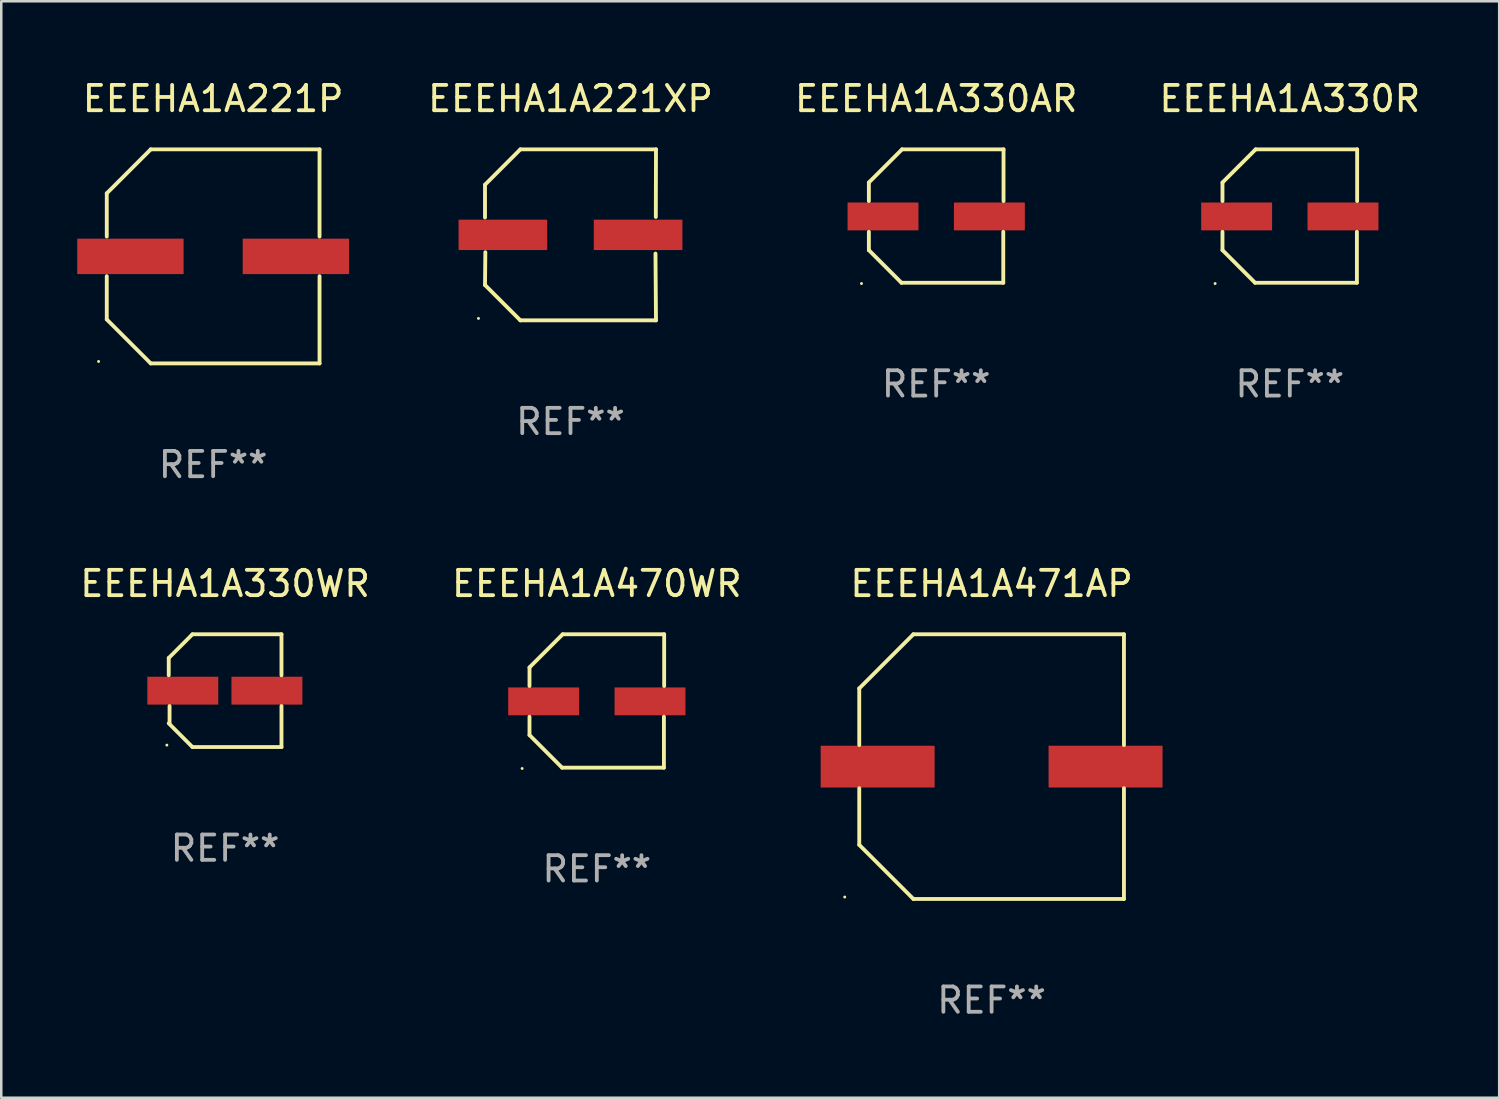
<source format=kicad_pcb>
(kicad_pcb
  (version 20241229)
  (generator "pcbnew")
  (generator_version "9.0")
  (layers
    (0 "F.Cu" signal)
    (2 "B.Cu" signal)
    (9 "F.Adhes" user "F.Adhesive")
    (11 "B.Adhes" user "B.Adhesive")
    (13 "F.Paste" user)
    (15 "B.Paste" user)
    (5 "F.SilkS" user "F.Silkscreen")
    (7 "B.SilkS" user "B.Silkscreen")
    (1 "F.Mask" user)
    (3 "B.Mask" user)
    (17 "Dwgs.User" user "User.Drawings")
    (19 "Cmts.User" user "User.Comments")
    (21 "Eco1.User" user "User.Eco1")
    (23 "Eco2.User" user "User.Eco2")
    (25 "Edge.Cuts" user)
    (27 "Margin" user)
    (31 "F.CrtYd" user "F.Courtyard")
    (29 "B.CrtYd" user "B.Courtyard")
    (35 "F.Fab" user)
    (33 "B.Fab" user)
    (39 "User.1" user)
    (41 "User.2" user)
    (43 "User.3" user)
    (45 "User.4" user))
  (footprint "EEEHA1A221P"
    (layer "F.Cu")
    (at 5.367 7.074)
    (property "Reference" "EEEHA1A221P" (at 0 -6.226 0) (layer "F.SilkS") (effects (font (size 1 1) (thickness 0.15))))
    (attr through_hole)
    (fp_line (start -4.201 -2.49) (end -4.201 -0.782) (stroke (width 0.152) (type solid)) (layer "F.SilkS"))
    (fp_line (start -4.201 2.49) (end -4.201 0.782) (stroke (width 0.152) (type solid)) (layer "F.SilkS"))
    (fp_line (start -2.465 -4.226) (end -4.201 -2.49) (stroke (width 0.152) (type solid)) (layer "F.SilkS"))
    (fp_line (start -2.465 4.226) (end -4.201 2.49) (stroke (width 0.152) (type solid)) (layer "F.SilkS"))
    (fp_line (start 4.201 -4.226) (end -2.465 -4.226) (stroke (width 0.152) (type solid)) (layer "F.SilkS"))
    (fp_line (start 4.201 -0.782) (end 4.201 -4.226) (stroke (width 0.152) (type solid)) (layer "F.SilkS"))
    (fp_line (start 4.201 0.782) (end 4.201 4.226) (stroke (width 0.152) (type solid)) (layer "F.SilkS"))
    (fp_line (start 4.201 4.226) (end -2.465 4.226) (stroke (width 0.152) (type solid)) (layer "F.SilkS"))
    (fp_circle (center -4.524 4.15) (end -4.494 4.15) (stroke (width 0.06) (type solid)) (fill no) (layer "F.SilkS"))
    (fp_text user "REF**" (at 0 8.226 0) (layer "F.Fab") (effects (font (size 1 1) (thickness 0.15))))
    (pad "1" smd rect (at -3.267 0) (size 4.2 1.4) (layers "F.Cu" "F.Mask" "F.Paste"))
    (pad "2" smd rect (at 3.267 0) (size 4.2 1.4) (layers "F.Cu" "F.Mask" "F.Paste")))
  (footprint "EEEHA1A330R"
    (layer "F.Cu")
    (at 47.883 5.482)
    (property "Reference" "EEEHA1A330R" (at 0 -4.634 0) (layer "F.SilkS") (effects (font (size 1 1) (thickness 0.15))))
    (attr through_hole)
    (fp_line (start -2.659 -1.326) (end -2.659 -0.592) (stroke (width 0.152) (type solid)) (layer "F.SilkS"))
    (fp_line (start -2.659 1.346) (end -2.659 0.622) (stroke (width 0.152) (type solid)) (layer "F.SilkS"))
    (fp_line (start -1.372 2.634) (end -2.659 1.346) (stroke (width 0.152) (type solid)) (layer "F.SilkS"))
    (fp_line (start -1.349 -2.634) (end -2.659 -1.326) (stroke (width 0.152) (type solid)) (layer "F.SilkS"))
    (fp_line (start 2.649 0.622) (end 2.649 2.634) (stroke (width 0.152) (type solid)) (layer "F.SilkS"))
    (fp_line (start 2.649 2.634) (end -1.372 2.634) (stroke (width 0.152) (type solid)) (layer "F.SilkS"))
    (fp_line (start 2.659 -2.634) (end -1.349 -2.634) (stroke (width 0.152) (type solid)) (layer "F.SilkS"))
    (fp_line (start 2.659 -0.592) (end 2.659 -2.634) (stroke (width 0.152) (type solid)) (layer "F.SilkS"))
    (fp_circle (center -2.95 2.665) (end -2.92 2.665) (stroke (width 0.06) (type solid)) (fill no) (layer "F.SilkS"))
    (fp_text user "REF**" (at 0 6.634 0) (layer "F.Fab") (effects (font (size 1 1) (thickness 0.15))))
    (pad "1" smd rect (at -2.1 0.015) (size 2.8 1.1) (layers "F.Cu" "F.Mask" "F.Paste"))
    (pad "2" smd rect (at 2.1 0.015) (size 2.8 1.1) (layers "F.Cu" "F.Mask" "F.Paste")))
  (footprint "EEEHA1A221XP"
    (layer "F.Cu")
    (at 19.478 6.224)
    (property "Reference" "EEEHA1A221XP" (at 0 -5.376 0) (layer "F.SilkS") (effects (font (size 1 1) (thickness 0.15))))
    (attr through_hole)
    (fp_line (start -3.376 -1.98) (end -3.376 -0.686) (stroke (width 0.152) (type solid)) (layer "F.SilkS"))
    (fp_line (start -3.376 1.981) (end -3.362 0.686) (stroke (width 0.152) (type solid)) (layer "F.SilkS"))
    (fp_line (start -1.981 3.376) (end -3.376 1.981) (stroke (width 0.152) (type solid)) (layer "F.SilkS"))
    (fp_line (start -1.98 -3.376) (end -3.376 -1.98) (stroke (width 0.152) (type solid)) (layer "F.SilkS"))
    (fp_line (start 3.356 0.74) (end 3.376 3.376) (stroke (width 0.152) (type solid)) (layer "F.SilkS"))
    (fp_line (start 3.369 -0.707) (end 3.376 -3.376) (stroke (width 0.152) (type solid)) (layer "F.SilkS"))
    (fp_line (start 3.376 3.376) (end -1.981 3.376) (stroke (width 0.152) (type solid)) (layer "F.SilkS"))
    (fp_line (start 3.376 -3.376) (end -1.98 -3.376) (stroke (width 0.152) (type solid)) (layer "F.SilkS"))
    (fp_circle (center -3.634 3.3) (end -3.604 3.3) (stroke (width 0.06) (type solid)) (fill no) (layer "F.SilkS"))
    (fp_text user "REF**" (at 0 7.376 0) (layer "F.Fab") (effects (font (size 1 1) (thickness 0.15))))
    (pad "1" smd rect (at -2.67 0.000254) (size 3.5 1.2) (layers "F.Cu" "F.Mask" "F.Paste"))
    (pad "2" smd rect (at 2.67 0.000254) (size 3.5 1.2) (layers "F.Cu" "F.Mask" "F.Paste")))
  (footprint "EEEHA1A330AR"
    (layer "F.Cu")
    (at 33.919 5.482)
    (property "Reference" "EEEHA1A330AR" (at 0 -4.634 0) (layer "F.SilkS") (effects (font (size 1 1) (thickness 0.15))))
    (attr through_hole)
    (fp_line (start -2.659 -1.326) (end -2.659 -0.592) (stroke (width 0.152) (type solid)) (layer "F.SilkS"))
    (fp_line (start -2.659 1.346) (end -2.659 0.622) (stroke (width 0.152) (type solid)) (layer "F.SilkS"))
    (fp_line (start -1.372 2.634) (end -2.659 1.346) (stroke (width 0.152) (type solid)) (layer "F.SilkS"))
    (fp_line (start -1.349 -2.634) (end -2.659 -1.326) (stroke (width 0.152) (type solid)) (layer "F.SilkS"))
    (fp_line (start 2.649 0.622) (end 2.649 2.634) (stroke (width 0.152) (type solid)) (layer "F.SilkS"))
    (fp_line (start 2.649 2.634) (end -1.372 2.634) (stroke (width 0.152) (type solid)) (layer "F.SilkS"))
    (fp_line (start 2.659 -2.634) (end -1.349 -2.634) (stroke (width 0.152) (type solid)) (layer "F.SilkS"))
    (fp_line (start 2.659 -0.592) (end 2.659 -2.634) (stroke (width 0.152) (type solid)) (layer "F.SilkS"))
    (fp_circle (center -2.95 2.665) (end -2.92 2.665) (stroke (width 0.06) (type solid)) (fill no) (layer "F.SilkS"))
    (fp_text user "REF**" (at 0 6.634 0) (layer "F.Fab") (effects (font (size 1 1) (thickness 0.15))))
    (pad "1" smd rect (at -2.1 0.015) (size 2.8 1.1) (layers "F.Cu" "F.Mask" "F.Paste"))
    (pad "2" smd rect (at 2.1 0.015) (size 2.8 1.1) (layers "F.Cu" "F.Mask" "F.Paste")))
  (footprint "EEEHA1A330WR"
    (layer "F.Cu")
    (at 5.839 24.223)
    (property "Reference" "EEEHA1A330WR" (at 0 -4.226 0) (layer "F.SilkS") (effects (font (size 1 1) (thickness 0.15))))
    (attr through_hole)
    (fp_line (start -2.226 -1.29) (end -2.226 -0.607) (stroke (width 0.152) (type solid)) (layer "F.SilkS"))
    (fp_line (start -2.193 1.29) (end -2.193 0.607) (stroke (width 0.152) (type solid)) (layer "F.SilkS"))
    (fp_line (start -1.29 2.226) (end -2.226 1.29) (stroke (width 0.152) (type solid)) (layer "F.SilkS"))
    (fp_line (start -1.29 -2.226) (end -2.226 -1.29) (stroke (width 0.152) (type solid)) (layer "F.SilkS"))
    (fp_line (start 2.226 -2.226) (end -1.29 -2.226) (stroke (width 0.152) (type solid)) (layer "F.SilkS"))
    (fp_line (start 2.226 -0.607) (end 2.226 -2.226) (stroke (width 0.152) (type solid)) (layer "F.SilkS"))
    (fp_line (start 2.226 0.607) (end 2.226 2.226) (stroke (width 0.152) (type solid)) (layer "F.SilkS"))
    (fp_line (start 2.226 2.226) (end -1.29 2.226) (stroke (width 0.152) (type solid)) (layer "F.SilkS"))
    (fp_circle (center -2.3 2.15) (end -2.27 2.15) (stroke (width 0.06) (type solid)) (fill no) (layer "F.SilkS"))
    (fp_text user "REF**" (at 0 6.226 0) (layer "F.Fab") (effects (font (size 1 1) (thickness 0.15))))
    (pad "1" smd rect (at -1.67 -0.000025) (size 2.8 1.1) (layers "F.Cu" "F.Mask" "F.Paste"))
    (pad "2" smd rect (at 1.651 -0.000025) (size 2.8 1.1) (layers "F.Cu" "F.Mask" "F.Paste")))
  (footprint "EEEHA1A470WR"
    (layer "F.Cu")
    (at 20.518 24.631)
    (property "Reference" "EEEHA1A470WR" (at 0 -4.634 0) (layer "F.SilkS") (effects (font (size 1 1) (thickness 0.15))))
    (attr through_hole)
    (fp_line (start -2.659 -1.326) (end -2.659 -0.592) (stroke (width 0.152) (type solid)) (layer "F.SilkS"))
    (fp_line (start -2.659 1.346) (end -2.659 0.622) (stroke (width 0.152) (type solid)) (layer "F.SilkS"))
    (fp_line (start -1.372 2.634) (end -2.659 1.346) (stroke (width 0.152) (type solid)) (layer "F.SilkS"))
    (fp_line (start -1.349 -2.634) (end -2.659 -1.326) (stroke (width 0.152) (type solid)) (layer "F.SilkS"))
    (fp_line (start 2.649 0.622) (end 2.649 2.634) (stroke (width 0.152) (type solid)) (layer "F.SilkS"))
    (fp_line (start 2.649 2.634) (end -1.372 2.634) (stroke (width 0.152) (type solid)) (layer "F.SilkS"))
    (fp_line (start 2.659 -2.634) (end -1.349 -2.634) (stroke (width 0.152) (type solid)) (layer "F.SilkS"))
    (fp_line (start 2.659 -0.592) (end 2.659 -2.634) (stroke (width 0.152) (type solid)) (layer "F.SilkS"))
    (fp_circle (center -2.95 2.665) (end -2.92 2.665) (stroke (width 0.06) (type solid)) (fill no) (layer "F.SilkS"))
    (fp_text user "REF**" (at 0 6.634 0) (layer "F.Fab") (effects (font (size 1 1) (thickness 0.15))))
    (pad "1" smd rect (at -2.1 0.015) (size 2.8 1.1) (layers "F.Cu" "F.Mask" "F.Paste"))
    (pad "2" smd rect (at 2.1 0.015) (size 2.8 1.1) (layers "F.Cu" "F.Mask" "F.Paste")))
  (footprint "EEEHA1A471AP"
    (layer "F.Cu")
    (at 36.107 27.223)
    (property "Reference" "EEEHA1A471AP" (at 0 -7.226 0) (layer "F.SilkS") (effects (font (size 1 1) (thickness 0.15))))
    (attr through_hole)
    (fp_line (start -5.226 -3.09) (end -5.226 -0.852) (stroke (width 0.152) (type solid)) (layer "F.SilkS"))
    (fp_line (start -5.226 3.09) (end -5.226 0.852) (stroke (width 0.152) (type solid)) (layer "F.SilkS"))
    (fp_line (start -3.09 -5.226) (end -5.226 -3.09) (stroke (width 0.152) (type solid)) (layer "F.SilkS"))
    (fp_line (start -3.09 5.226) (end -5.226 3.09) (stroke (width 0.152) (type solid)) (layer "F.SilkS"))
    (fp_line (start 5.226 -5.226) (end -3.09 -5.226) (stroke (width 0.152) (type solid)) (layer "F.SilkS"))
    (fp_line (start 5.226 -0.852) (end 5.226 -5.226) (stroke (width 0.152) (type solid)) (layer "F.SilkS"))
    (fp_line (start 5.226 0.852) (end 5.226 5.226) (stroke (width 0.152) (type solid)) (layer "F.SilkS"))
    (fp_line (start 5.226 5.226) (end -3.09 5.226) (stroke (width 0.152) (type solid)) (layer "F.SilkS"))
    (fp_circle (center -5.8 5.15) (end -5.77 5.15) (stroke (width 0.06) (type solid)) (fill no) (layer "F.SilkS"))
    (fp_text user "REF**" (at 0 9.226 0) (layer "F.Fab") (effects (font (size 1 1) (thickness 0.15))))
    (pad "1" smd rect (at -4.5 0) (size 4.5 1.65) (layers "F.Cu" "F.Mask" "F.Paste"))
    (pad "2" smd rect (at 4.5 0) (size 4.5 1.65) (layers "F.Cu" "F.Mask" "F.Paste")))
  (gr_rect
    (start -3 -3)
    (end 56.151 40.298)
    (stroke (width 0.1) (type default))
    (fill no)
    (layer "Edge.Cuts")))
</source>
